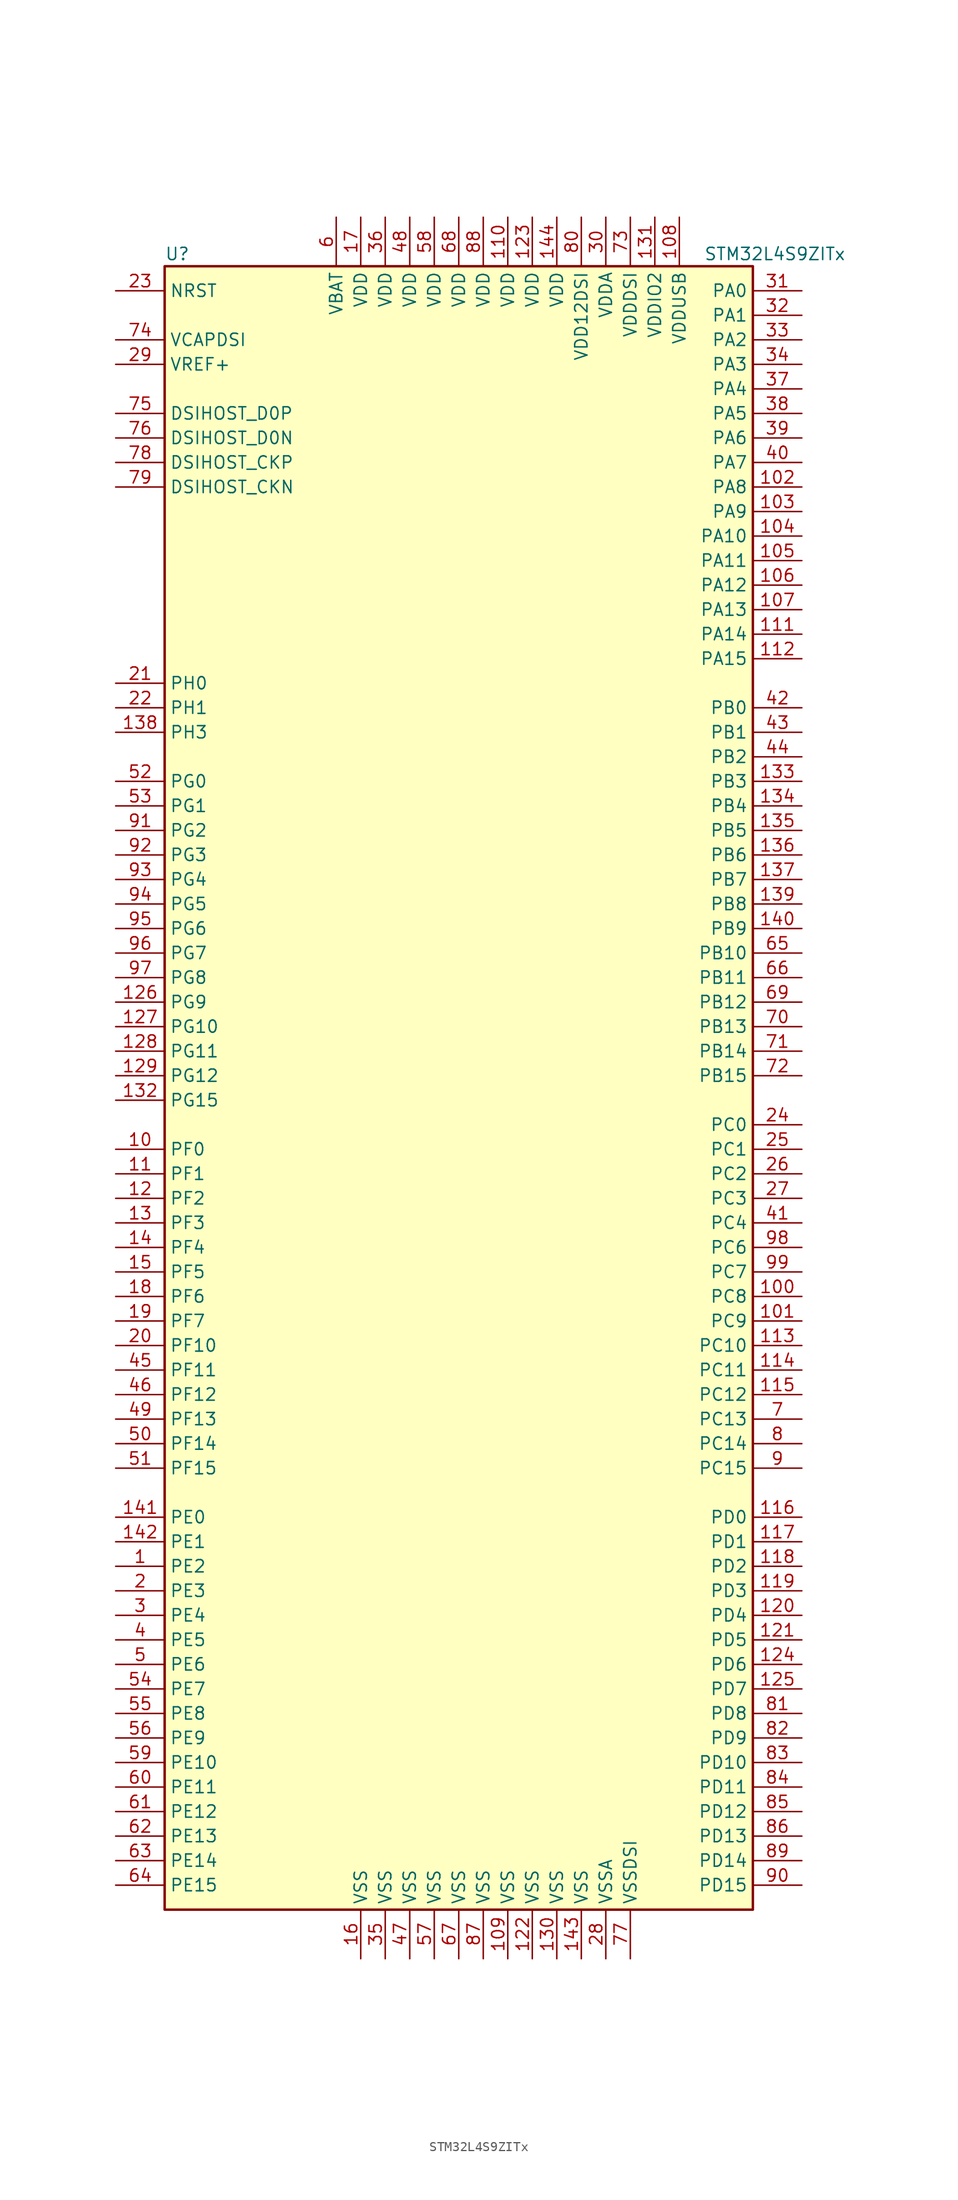
<source format=kicad_sym>
(kicad_symbol_lib
  (version 20201005)
  (generator kicad_symbol_editor)
  (symbol "STM32L4S9ZITx"
    (property "Reference" "U"
      (at -30.48 85.09 0)
      (effects (font (size 1.27 1.27)) (justify left)))
    (property "Value" "STM32L4S9ZITx"
      (at 25.4 85.09 0)
      (effects (font (size 1.27 1.27)) (justify left)))
    (symbol "STM32L4S9ZITx_0_1"
      (rectangle (start -30.48 -86.36) (end 30.48 83.82) (stroke (width 0.254)) (fill (type background))))
    (symbol "STM32L4S9ZITx_1_1"
      (pin bidirectional line (at -35.56 -50.8 0) (length 5.08) (name "PE2" (effects (font (size 1.27 1.27)))) (number "1" (effects (font (size 1.27 1.27)))))
      (pin bidirectional line (at -35.56 -7.62 0) (length 5.08) (name "PF0" (effects (font (size 1.27 1.27)))) (number "10" (effects (font (size 1.27 1.27)))))
      (pin bidirectional line (at 35.56 -22.86 180) (length 5.08) (name "PC8" (effects (font (size 1.27 1.27)))) (number "100" (effects (font (size 1.27 1.27)))))
      (pin bidirectional line (at 35.56 -25.4 180) (length 5.08) (name "PC9" (effects (font (size 1.27 1.27)))) (number "101" (effects (font (size 1.27 1.27)))))
      (pin bidirectional line (at 35.56 60.96 180) (length 5.08) (name "PA8" (effects (font (size 1.27 1.27)))) (number "102" (effects (font (size 1.27 1.27)))))
      (pin bidirectional line (at 35.56 58.42 180) (length 5.08) (name "PA9" (effects (font (size 1.27 1.27)))) (number "103" (effects (font (size 1.27 1.27)))))
      (pin bidirectional line (at 35.56 55.88 180) (length 5.08) (name "PA10" (effects (font (size 1.27 1.27)))) (number "104" (effects (font (size 1.27 1.27)))))
      (pin bidirectional line (at 35.56 53.34 180) (length 5.08) (name "PA11" (effects (font (size 1.27 1.27)))) (number "105" (effects (font (size 1.27 1.27)))))
      (pin bidirectional line (at 35.56 50.8 180) (length 5.08) (name "PA12" (effects (font (size 1.27 1.27)))) (number "106" (effects (font (size 1.27 1.27)))))
      (pin bidirectional line (at 35.56 48.26 180) (length 5.08) (name "PA13" (effects (font (size 1.27 1.27)))) (number "107" (effects (font (size 1.27 1.27)))))
      (pin power_in line (at 22.86 88.9 270) (length 5.08) (name "VDDUSB" (effects (font (size 1.27 1.27)))) (number "108" (effects (font (size 1.27 1.27)))))
      (pin power_in line (at 5.08 -91.44 90) (length 5.08) (name "VSS" (effects (font (size 1.27 1.27)))) (number "109" (effects (font (size 1.27 1.27)))))
      (pin bidirectional line (at -35.56 -10.16 0) (length 5.08) (name "PF1" (effects (font (size 1.27 1.27)))) (number "11" (effects (font (size 1.27 1.27)))))
      (pin power_in line (at 5.08 88.9 270) (length 5.08) (name "VDD" (effects (font (size 1.27 1.27)))) (number "110" (effects (font (size 1.27 1.27)))))
      (pin bidirectional line (at 35.56 45.72 180) (length 5.08) (name "PA14" (effects (font (size 1.27 1.27)))) (number "111" (effects (font (size 1.27 1.27)))))
      (pin bidirectional line (at 35.56 43.18 180) (length 5.08) (name "PA15" (effects (font (size 1.27 1.27)))) (number "112" (effects (font (size 1.27 1.27)))))
      (pin bidirectional line (at 35.56 -27.94 180) (length 5.08) (name "PC10" (effects (font (size 1.27 1.27)))) (number "113" (effects (font (size 1.27 1.27)))))
      (pin bidirectional line (at 35.56 -30.48 180) (length 5.08) (name "PC11" (effects (font (size 1.27 1.27)))) (number "114" (effects (font (size 1.27 1.27)))))
      (pin bidirectional line (at 35.56 -33.02 180) (length 5.08) (name "PC12" (effects (font (size 1.27 1.27)))) (number "115" (effects (font (size 1.27 1.27)))))
      (pin bidirectional line (at 35.56 -45.72 180) (length 5.08) (name "PD0" (effects (font (size 1.27 1.27)))) (number "116" (effects (font (size 1.27 1.27)))))
      (pin bidirectional line (at 35.56 -48.26 180) (length 5.08) (name "PD1" (effects (font (size 1.27 1.27)))) (number "117" (effects (font (size 1.27 1.27)))))
      (pin bidirectional line (at 35.56 -50.8 180) (length 5.08) (name "PD2" (effects (font (size 1.27 1.27)))) (number "118" (effects (font (size 1.27 1.27)))))
      (pin bidirectional line (at 35.56 -53.34 180) (length 5.08) (name "PD3" (effects (font (size 1.27 1.27)))) (number "119" (effects (font (size 1.27 1.27)))))
      (pin bidirectional line (at -35.56 -12.7 0) (length 5.08) (name "PF2" (effects (font (size 1.27 1.27)))) (number "12" (effects (font (size 1.27 1.27)))))
      (pin bidirectional line (at 35.56 -55.88 180) (length 5.08) (name "PD4" (effects (font (size 1.27 1.27)))) (number "120" (effects (font (size 1.27 1.27)))))
      (pin bidirectional line (at 35.56 -58.42 180) (length 5.08) (name "PD5" (effects (font (size 1.27 1.27)))) (number "121" (effects (font (size 1.27 1.27)))))
      (pin power_in line (at 7.62 -91.44 90) (length 5.08) (name "VSS" (effects (font (size 1.27 1.27)))) (number "122" (effects (font (size 1.27 1.27)))))
      (pin power_in line (at 7.62 88.9 270) (length 5.08) (name "VDD" (effects (font (size 1.27 1.27)))) (number "123" (effects (font (size 1.27 1.27)))))
      (pin bidirectional line (at 35.56 -60.96 180) (length 5.08) (name "PD6" (effects (font (size 1.27 1.27)))) (number "124" (effects (font (size 1.27 1.27)))))
      (pin bidirectional line (at 35.56 -63.5 180) (length 5.08) (name "PD7" (effects (font (size 1.27 1.27)))) (number "125" (effects (font (size 1.27 1.27)))))
      (pin bidirectional line (at -35.56 7.62 0) (length 5.08) (name "PG9" (effects (font (size 1.27 1.27)))) (number "126" (effects (font (size 1.27 1.27)))))
      (pin bidirectional line (at -35.56 5.08 0) (length 5.08) (name "PG10" (effects (font (size 1.27 1.27)))) (number "127" (effects (font (size 1.27 1.27)))))
      (pin bidirectional line (at -35.56 2.54 0) (length 5.08) (name "PG11" (effects (font (size 1.27 1.27)))) (number "128" (effects (font (size 1.27 1.27)))))
      (pin bidirectional line (at -35.56 0 0) (length 5.08) (name "PG12" (effects (font (size 1.27 1.27)))) (number "129" (effects (font (size 1.27 1.27)))))
      (pin bidirectional line (at -35.56 -15.24 0) (length 5.08) (name "PF3" (effects (font (size 1.27 1.27)))) (number "13" (effects (font (size 1.27 1.27)))))
      (pin power_in line (at 10.16 -91.44 90) (length 5.08) (name "VSS" (effects (font (size 1.27 1.27)))) (number "130" (effects (font (size 1.27 1.27)))))
      (pin power_in line (at 20.32 88.9 270) (length 5.08) (name "VDDIO2" (effects (font (size 1.27 1.27)))) (number "131" (effects (font (size 1.27 1.27)))))
      (pin bidirectional line (at -35.56 -2.54 0) (length 5.08) (name "PG15" (effects (font (size 1.27 1.27)))) (number "132" (effects (font (size 1.27 1.27)))))
      (pin bidirectional line (at 35.56 30.48 180) (length 5.08) (name "PB3" (effects (font (size 1.27 1.27)))) (number "133" (effects (font (size 1.27 1.27)))))
      (pin bidirectional line (at 35.56 27.94 180) (length 5.08) (name "PB4" (effects (font (size 1.27 1.27)))) (number "134" (effects (font (size 1.27 1.27)))))
      (pin bidirectional line (at 35.56 25.4 180) (length 5.08) (name "PB5" (effects (font (size 1.27 1.27)))) (number "135" (effects (font (size 1.27 1.27)))))
      (pin bidirectional line (at 35.56 22.86 180) (length 5.08) (name "PB6" (effects (font (size 1.27 1.27)))) (number "136" (effects (font (size 1.27 1.27)))))
      (pin bidirectional line (at 35.56 20.32 180) (length 5.08) (name "PB7" (effects (font (size 1.27 1.27)))) (number "137" (effects (font (size 1.27 1.27)))))
      (pin bidirectional line (at -35.56 35.56 0) (length 5.08) (name "PH3" (effects (font (size 1.27 1.27)))) (number "138" (effects (font (size 1.27 1.27)))))
      (pin bidirectional line (at 35.56 17.78 180) (length 5.08) (name "PB8" (effects (font (size 1.27 1.27)))) (number "139" (effects (font (size 1.27 1.27)))))
      (pin bidirectional line (at -35.56 -17.78 0) (length 5.08) (name "PF4" (effects (font (size 1.27 1.27)))) (number "14" (effects (font (size 1.27 1.27)))))
      (pin bidirectional line (at 35.56 15.24 180) (length 5.08) (name "PB9" (effects (font (size 1.27 1.27)))) (number "140" (effects (font (size 1.27 1.27)))))
      (pin bidirectional line (at -35.56 -45.72 0) (length 5.08) (name "PE0" (effects (font (size 1.27 1.27)))) (number "141" (effects (font (size 1.27 1.27)))))
      (pin bidirectional line (at -35.56 -48.26 0) (length 5.08) (name "PE1" (effects (font (size 1.27 1.27)))) (number "142" (effects (font (size 1.27 1.27)))))
      (pin power_in line (at 12.7 -91.44 90) (length 5.08) (name "VSS" (effects (font (size 1.27 1.27)))) (number "143" (effects (font (size 1.27 1.27)))))
      (pin power_in line (at 10.16 88.9 270) (length 5.08) (name "VDD" (effects (font (size 1.27 1.27)))) (number "144" (effects (font (size 1.27 1.27)))))
      (pin bidirectional line (at -35.56 -20.32 0) (length 5.08) (name "PF5" (effects (font (size 1.27 1.27)))) (number "15" (effects (font (size 1.27 1.27)))))
      (pin power_in line (at -10.16 -91.44 90) (length 5.08) (name "VSS" (effects (font (size 1.27 1.27)))) (number "16" (effects (font (size 1.27 1.27)))))
      (pin power_in line (at -10.16 88.9 270) (length 5.08) (name "VDD" (effects (font (size 1.27 1.27)))) (number "17" (effects (font (size 1.27 1.27)))))
      (pin bidirectional line (at -35.56 -22.86 0) (length 5.08) (name "PF6" (effects (font (size 1.27 1.27)))) (number "18" (effects (font (size 1.27 1.27)))))
      (pin bidirectional line (at -35.56 -25.4 0) (length 5.08) (name "PF7" (effects (font (size 1.27 1.27)))) (number "19" (effects (font (size 1.27 1.27)))))
      (pin bidirectional line (at -35.56 -53.34 0) (length 5.08) (name "PE3" (effects (font (size 1.27 1.27)))) (number "2" (effects (font (size 1.27 1.27)))))
      (pin bidirectional line (at -35.56 -27.94 0) (length 5.08) (name "PF10" (effects (font (size 1.27 1.27)))) (number "20" (effects (font (size 1.27 1.27)))))
      (pin input line (at -35.56 40.64 0) (length 5.08) (name "PH0" (effects (font (size 1.27 1.27)))) (number "21" (effects (font (size 1.27 1.27)))))
      (pin input line (at -35.56 38.1 0) (length 5.08) (name "PH1" (effects (font (size 1.27 1.27)))) (number "22" (effects (font (size 1.27 1.27)))))
      (pin input line (at -35.56 81.28 0) (length 5.08) (name "NRST" (effects (font (size 1.27 1.27)))) (number "23" (effects (font (size 1.27 1.27)))))
      (pin bidirectional line (at 35.56 -5.08 180) (length 5.08) (name "PC0" (effects (font (size 1.27 1.27)))) (number "24" (effects (font (size 1.27 1.27)))))
      (pin bidirectional line (at 35.56 -7.62 180) (length 5.08) (name "PC1" (effects (font (size 1.27 1.27)))) (number "25" (effects (font (size 1.27 1.27)))))
      (pin bidirectional line (at 35.56 -10.16 180) (length 5.08) (name "PC2" (effects (font (size 1.27 1.27)))) (number "26" (effects (font (size 1.27 1.27)))))
      (pin bidirectional line (at 35.56 -12.7 180) (length 5.08) (name "PC3" (effects (font (size 1.27 1.27)))) (number "27" (effects (font (size 1.27 1.27)))))
      (pin power_in line (at 15.24 -91.44 90) (length 5.08) (name "VSSA" (effects (font (size 1.27 1.27)))) (number "28" (effects (font (size 1.27 1.27)))))
      (pin bidirectional line (at -35.56 73.66 0) (length 5.08) (name "VREF+" (effects (font (size 1.27 1.27)))) (number "29" (effects (font (size 1.27 1.27)))))
      (pin bidirectional line (at -35.56 -55.88 0) (length 5.08) (name "PE4" (effects (font (size 1.27 1.27)))) (number "3" (effects (font (size 1.27 1.27)))))
      (pin power_in line (at 15.24 88.9 270) (length 5.08) (name "VDDA" (effects (font (size 1.27 1.27)))) (number "30" (effects (font (size 1.27 1.27)))))
      (pin bidirectional line (at 35.56 81.28 180) (length 5.08) (name "PA0" (effects (font (size 1.27 1.27)))) (number "31" (effects (font (size 1.27 1.27)))))
      (pin bidirectional line (at 35.56 78.74 180) (length 5.08) (name "PA1" (effects (font (size 1.27 1.27)))) (number "32" (effects (font (size 1.27 1.27)))))
      (pin bidirectional line (at 35.56 76.2 180) (length 5.08) (name "PA2" (effects (font (size 1.27 1.27)))) (number "33" (effects (font (size 1.27 1.27)))))
      (pin bidirectional line (at 35.56 73.66 180) (length 5.08) (name "PA3" (effects (font (size 1.27 1.27)))) (number "34" (effects (font (size 1.27 1.27)))))
      (pin power_in line (at -7.62 -91.44 90) (length 5.08) (name "VSS" (effects (font (size 1.27 1.27)))) (number "35" (effects (font (size 1.27 1.27)))))
      (pin power_in line (at -7.62 88.9 270) (length 5.08) (name "VDD" (effects (font (size 1.27 1.27)))) (number "36" (effects (font (size 1.27 1.27)))))
      (pin bidirectional line (at 35.56 71.12 180) (length 5.08) (name "PA4" (effects (font (size 1.27 1.27)))) (number "37" (effects (font (size 1.27 1.27)))))
      (pin bidirectional line (at 35.56 68.58 180) (length 5.08) (name "PA5" (effects (font (size 1.27 1.27)))) (number "38" (effects (font (size 1.27 1.27)))))
      (pin bidirectional line (at 35.56 66.04 180) (length 5.08) (name "PA6" (effects (font (size 1.27 1.27)))) (number "39" (effects (font (size 1.27 1.27)))))
      (pin bidirectional line (at -35.56 -58.42 0) (length 5.08) (name "PE5" (effects (font (size 1.27 1.27)))) (number "4" (effects (font (size 1.27 1.27)))))
      (pin bidirectional line (at 35.56 63.5 180) (length 5.08) (name "PA7" (effects (font (size 1.27 1.27)))) (number "40" (effects (font (size 1.27 1.27)))))
      (pin bidirectional line (at 35.56 -15.24 180) (length 5.08) (name "PC4" (effects (font (size 1.27 1.27)))) (number "41" (effects (font (size 1.27 1.27)))))
      (pin bidirectional line (at 35.56 38.1 180) (length 5.08) (name "PB0" (effects (font (size 1.27 1.27)))) (number "42" (effects (font (size 1.27 1.27)))))
      (pin bidirectional line (at 35.56 35.56 180) (length 5.08) (name "PB1" (effects (font (size 1.27 1.27)))) (number "43" (effects (font (size 1.27 1.27)))))
      (pin bidirectional line (at 35.56 33.02 180) (length 5.08) (name "PB2" (effects (font (size 1.27 1.27)))) (number "44" (effects (font (size 1.27 1.27)))))
      (pin bidirectional line (at -35.56 -30.48 0) (length 5.08) (name "PF11" (effects (font (size 1.27 1.27)))) (number "45" (effects (font (size 1.27 1.27)))))
      (pin bidirectional line (at -35.56 -33.02 0) (length 5.08) (name "PF12" (effects (font (size 1.27 1.27)))) (number "46" (effects (font (size 1.27 1.27)))))
      (pin power_in line (at -5.08 -91.44 90) (length 5.08) (name "VSS" (effects (font (size 1.27 1.27)))) (number "47" (effects (font (size 1.27 1.27)))))
      (pin power_in line (at -5.08 88.9 270) (length 5.08) (name "VDD" (effects (font (size 1.27 1.27)))) (number "48" (effects (font (size 1.27 1.27)))))
      (pin bidirectional line (at -35.56 -35.56 0) (length 5.08) (name "PF13" (effects (font (size 1.27 1.27)))) (number "49" (effects (font (size 1.27 1.27)))))
      (pin bidirectional line (at -35.56 -60.96 0) (length 5.08) (name "PE6" (effects (font (size 1.27 1.27)))) (number "5" (effects (font (size 1.27 1.27)))))
      (pin bidirectional line (at -35.56 -38.1 0) (length 5.08) (name "PF14" (effects (font (size 1.27 1.27)))) (number "50" (effects (font (size 1.27 1.27)))))
      (pin bidirectional line (at -35.56 -40.64 0) (length 5.08) (name "PF15" (effects (font (size 1.27 1.27)))) (number "51" (effects (font (size 1.27 1.27)))))
      (pin bidirectional line (at -35.56 30.48 0) (length 5.08) (name "PG0" (effects (font (size 1.27 1.27)))) (number "52" (effects (font (size 1.27 1.27)))))
      (pin bidirectional line (at -35.56 27.94 0) (length 5.08) (name "PG1" (effects (font (size 1.27 1.27)))) (number "53" (effects (font (size 1.27 1.27)))))
      (pin bidirectional line (at -35.56 -63.5 0) (length 5.08) (name "PE7" (effects (font (size 1.27 1.27)))) (number "54" (effects (font (size 1.27 1.27)))))
      (pin bidirectional line (at -35.56 -66.04 0) (length 5.08) (name "PE8" (effects (font (size 1.27 1.27)))) (number "55" (effects (font (size 1.27 1.27)))))
      (pin bidirectional line (at -35.56 -68.58 0) (length 5.08) (name "PE9" (effects (font (size 1.27 1.27)))) (number "56" (effects (font (size 1.27 1.27)))))
      (pin power_in line (at -2.54 -91.44 90) (length 5.08) (name "VSS" (effects (font (size 1.27 1.27)))) (number "57" (effects (font (size 1.27 1.27)))))
      (pin power_in line (at -2.54 88.9 270) (length 5.08) (name "VDD" (effects (font (size 1.27 1.27)))) (number "58" (effects (font (size 1.27 1.27)))))
      (pin bidirectional line (at -35.56 -71.12 0) (length 5.08) (name "PE10" (effects (font (size 1.27 1.27)))) (number "59" (effects (font (size 1.27 1.27)))))
      (pin power_in line (at -12.7 88.9 270) (length 5.08) (name "VBAT" (effects (font (size 1.27 1.27)))) (number "6" (effects (font (size 1.27 1.27)))))
      (pin bidirectional line (at -35.56 -73.66 0) (length 5.08) (name "PE11" (effects (font (size 1.27 1.27)))) (number "60" (effects (font (size 1.27 1.27)))))
      (pin bidirectional line (at -35.56 -76.2 0) (length 5.08) (name "PE12" (effects (font (size 1.27 1.27)))) (number "61" (effects (font (size 1.27 1.27)))))
      (pin bidirectional line (at -35.56 -78.74 0) (length 5.08) (name "PE13" (effects (font (size 1.27 1.27)))) (number "62" (effects (font (size 1.27 1.27)))))
      (pin bidirectional line (at -35.56 -81.28 0) (length 5.08) (name "PE14" (effects (font (size 1.27 1.27)))) (number "63" (effects (font (size 1.27 1.27)))))
      (pin bidirectional line (at -35.56 -83.82 0) (length 5.08) (name "PE15" (effects (font (size 1.27 1.27)))) (number "64" (effects (font (size 1.27 1.27)))))
      (pin bidirectional line (at 35.56 12.7 180) (length 5.08) (name "PB10" (effects (font (size 1.27 1.27)))) (number "65" (effects (font (size 1.27 1.27)))))
      (pin bidirectional line (at 35.56 10.16 180) (length 5.08) (name "PB11" (effects (font (size 1.27 1.27)))) (number "66" (effects (font (size 1.27 1.27)))))
      (pin power_in line (at 0 -91.44 90) (length 5.08) (name "VSS" (effects (font (size 1.27 1.27)))) (number "67" (effects (font (size 1.27 1.27)))))
      (pin power_in line (at 0 88.9 270) (length 5.08) (name "VDD" (effects (font (size 1.27 1.27)))) (number "68" (effects (font (size 1.27 1.27)))))
      (pin bidirectional line (at 35.56 7.62 180) (length 5.08) (name "PB12" (effects (font (size 1.27 1.27)))) (number "69" (effects (font (size 1.27 1.27)))))
      (pin bidirectional line (at 35.56 -35.56 180) (length 5.08) (name "PC13" (effects (font (size 1.27 1.27)))) (number "7" (effects (font (size 1.27 1.27)))))
      (pin bidirectional line (at 35.56 5.08 180) (length 5.08) (name "PB13" (effects (font (size 1.27 1.27)))) (number "70" (effects (font (size 1.27 1.27)))))
      (pin bidirectional line (at 35.56 2.54 180) (length 5.08) (name "PB14" (effects (font (size 1.27 1.27)))) (number "71" (effects (font (size 1.27 1.27)))))
      (pin bidirectional line (at 35.56 0 180) (length 5.08) (name "PB15" (effects (font (size 1.27 1.27)))) (number "72" (effects (font (size 1.27 1.27)))))
      (pin power_in line (at 17.78 88.9 270) (length 5.08) (name "VDDDSI" (effects (font (size 1.27 1.27)))) (number "73" (effects (font (size 1.27 1.27)))))
      (pin power_in line (at -35.56 76.2 0) (length 5.08) (name "VCAPDSI" (effects (font (size 1.27 1.27)))) (number "74" (effects (font (size 1.27 1.27)))))
      (pin bidirectional line (at -35.56 68.58 0) (length 5.08) (name "DSIHOST_D0P" (effects (font (size 1.27 1.27)))) (number "75" (effects (font (size 1.27 1.27)))))
      (pin bidirectional line (at -35.56 66.04 0) (length 5.08) (name "DSIHOST_D0N" (effects (font (size 1.27 1.27)))) (number "76" (effects (font (size 1.27 1.27)))))
      (pin power_in line (at 17.78 -91.44 90) (length 5.08) (name "VSSDSI" (effects (font (size 1.27 1.27)))) (number "77" (effects (font (size 1.27 1.27)))))
      (pin bidirectional line (at -35.56 63.5 0) (length 5.08) (name "DSIHOST_CKP" (effects (font (size 1.27 1.27)))) (number "78" (effects (font (size 1.27 1.27)))))
      (pin bidirectional line (at -35.56 60.96 0) (length 5.08) (name "DSIHOST_CKN" (effects (font (size 1.27 1.27)))) (number "79" (effects (font (size 1.27 1.27)))))
      (pin bidirectional line (at 35.56 -38.1 180) (length 5.08) (name "PC14" (effects (font (size 1.27 1.27)))) (number "8" (effects (font (size 1.27 1.27)))))
      (pin power_in line (at 12.7 88.9 270) (length 5.08) (name "VDD12DSI" (effects (font (size 1.27 1.27)))) (number "80" (effects (font (size 1.27 1.27)))))
      (pin bidirectional line (at 35.56 -66.04 180) (length 5.08) (name "PD8" (effects (font (size 1.27 1.27)))) (number "81" (effects (font (size 1.27 1.27)))))
      (pin bidirectional line (at 35.56 -68.58 180) (length 5.08) (name "PD9" (effects (font (size 1.27 1.27)))) (number "82" (effects (font (size 1.27 1.27)))))
      (pin bidirectional line (at 35.56 -71.12 180) (length 5.08) (name "PD10" (effects (font (size 1.27 1.27)))) (number "83" (effects (font (size 1.27 1.27)))))
      (pin bidirectional line (at 35.56 -73.66 180) (length 5.08) (name "PD11" (effects (font (size 1.27 1.27)))) (number "84" (effects (font (size 1.27 1.27)))))
      (pin bidirectional line (at 35.56 -76.2 180) (length 5.08) (name "PD12" (effects (font (size 1.27 1.27)))) (number "85" (effects (font (size 1.27 1.27)))))
      (pin bidirectional line (at 35.56 -78.74 180) (length 5.08) (name "PD13" (effects (font (size 1.27 1.27)))) (number "86" (effects (font (size 1.27 1.27)))))
      (pin power_in line (at 2.54 -91.44 90) (length 5.08) (name "VSS" (effects (font (size 1.27 1.27)))) (number "87" (effects (font (size 1.27 1.27)))))
      (pin power_in line (at 2.54 88.9 270) (length 5.08) (name "VDD" (effects (font (size 1.27 1.27)))) (number "88" (effects (font (size 1.27 1.27)))))
      (pin bidirectional line (at 35.56 -81.28 180) (length 5.08) (name "PD14" (effects (font (size 1.27 1.27)))) (number "89" (effects (font (size 1.27 1.27)))))
      (pin bidirectional line (at 35.56 -40.64 180) (length 5.08) (name "PC15" (effects (font (size 1.27 1.27)))) (number "9" (effects (font (size 1.27 1.27)))))
      (pin bidirectional line (at 35.56 -83.82 180) (length 5.08) (name "PD15" (effects (font (size 1.27 1.27)))) (number "90" (effects (font (size 1.27 1.27)))))
      (pin bidirectional line (at -35.56 25.4 0) (length 5.08) (name "PG2" (effects (font (size 1.27 1.27)))) (number "91" (effects (font (size 1.27 1.27)))))
      (pin bidirectional line (at -35.56 22.86 0) (length 5.08) (name "PG3" (effects (font (size 1.27 1.27)))) (number "92" (effects (font (size 1.27 1.27)))))
      (pin bidirectional line (at -35.56 20.32 0) (length 5.08) (name "PG4" (effects (font (size 1.27 1.27)))) (number "93" (effects (font (size 1.27 1.27)))))
      (pin bidirectional line (at -35.56 17.78 0) (length 5.08) (name "PG5" (effects (font (size 1.27 1.27)))) (number "94" (effects (font (size 1.27 1.27)))))
      (pin bidirectional line (at -35.56 15.24 0) (length 5.08) (name "PG6" (effects (font (size 1.27 1.27)))) (number "95" (effects (font (size 1.27 1.27)))))
      (pin bidirectional line (at -35.56 12.7 0) (length 5.08) (name "PG7" (effects (font (size 1.27 1.27)))) (number "96" (effects (font (size 1.27 1.27)))))
      (pin bidirectional line (at -35.56 10.16 0) (length 5.08) (name "PG8" (effects (font (size 1.27 1.27)))) (number "97" (effects (font (size 1.27 1.27)))))
      (pin bidirectional line (at 35.56 -17.78 180) (length 5.08) (name "PC6" (effects (font (size 1.27 1.27)))) (number "98" (effects (font (size 1.27 1.27)))))
      (pin bidirectional line (at 35.56 -20.32 180) (length 5.08) (name "PC7" (effects (font (size 1.27 1.27)))) (number "99" (effects (font (size 1.27 1.27))))))))
</source>
